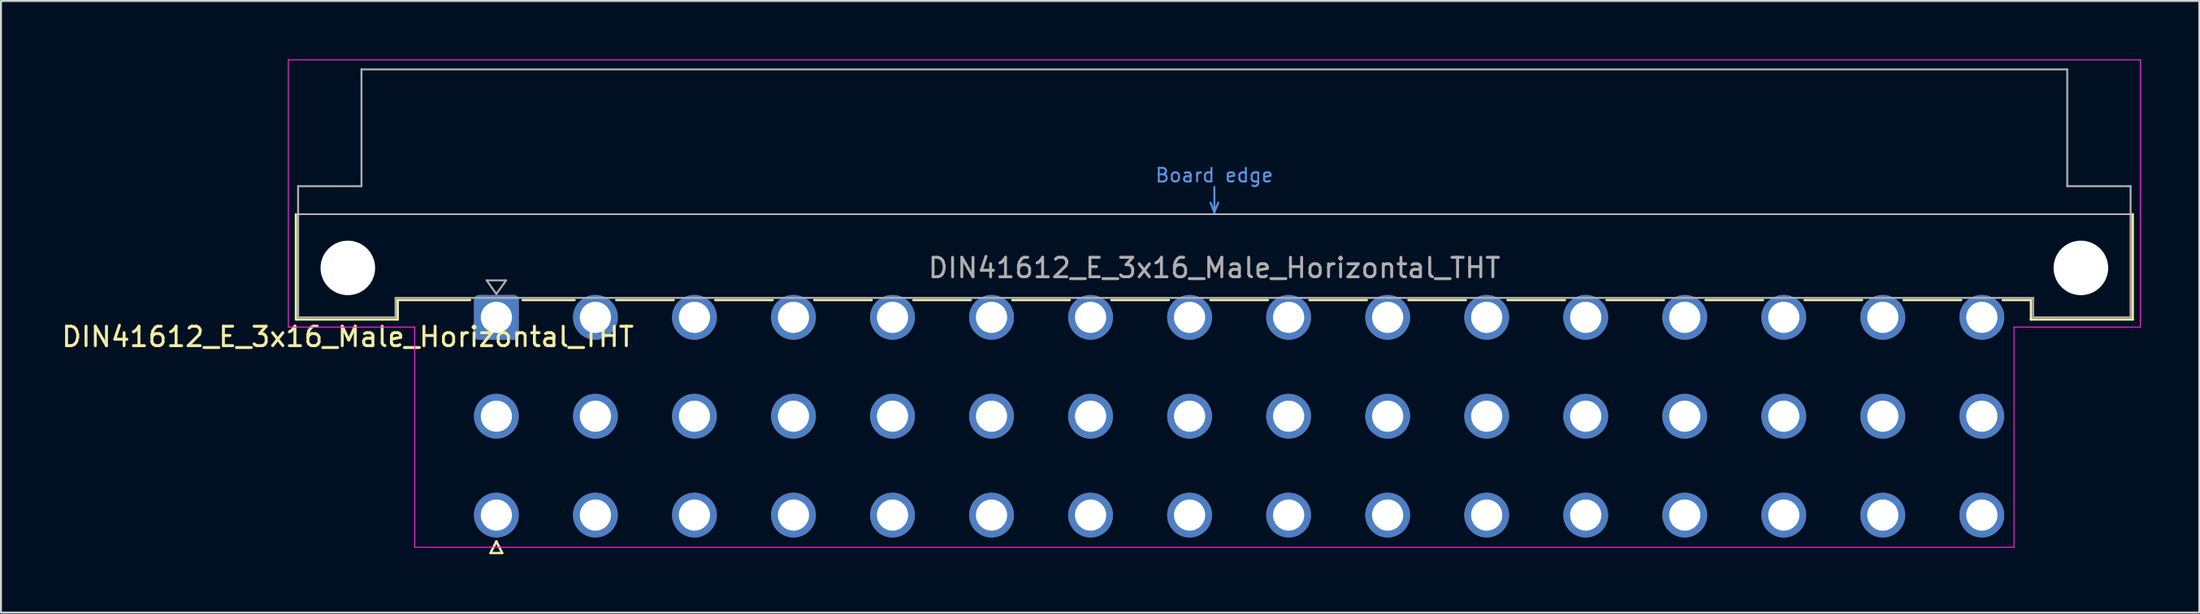
<source format=kicad_pcb>
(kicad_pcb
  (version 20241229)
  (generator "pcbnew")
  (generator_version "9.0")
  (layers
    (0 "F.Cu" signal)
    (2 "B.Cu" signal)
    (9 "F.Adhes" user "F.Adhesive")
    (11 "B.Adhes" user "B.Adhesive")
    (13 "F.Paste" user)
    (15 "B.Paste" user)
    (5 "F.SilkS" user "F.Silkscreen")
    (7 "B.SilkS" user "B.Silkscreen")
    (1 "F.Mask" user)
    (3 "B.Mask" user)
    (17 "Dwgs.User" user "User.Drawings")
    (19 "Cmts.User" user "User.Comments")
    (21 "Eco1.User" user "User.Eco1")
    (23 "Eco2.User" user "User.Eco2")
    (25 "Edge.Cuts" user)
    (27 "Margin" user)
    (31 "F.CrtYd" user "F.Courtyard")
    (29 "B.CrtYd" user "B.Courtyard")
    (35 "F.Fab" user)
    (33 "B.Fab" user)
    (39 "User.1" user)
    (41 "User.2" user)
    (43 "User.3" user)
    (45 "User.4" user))
  (footprint "DIN41612_E_3x16_Male_Horizontal_THT"
    (layer "F.Cu")
    (at 19.872 13.255)
    (property "Reference" "DIN41612_E_3x16_Male_Horizontal_THT" (at -5.08 1 0) (layer "F.SilkS") (effects (font (size 1 1) (thickness 0.15))))
    (attr through_hole)
    (fp_line (start -7.74 -5.3) (end -7.74 0.11) (stroke (width 0.12) (type solid)) (layer "F.SilkS"))
    (fp_line (start -7.74 0.11) (end -2.52 0.11) (stroke (width 0.12) (type solid)) (layer "F.SilkS"))
    (fp_line (start -2.521 -0.89) (end 1.191 -0.89) (stroke (width 0.12) (type solid)) (layer "F.SilkS"))
    (fp_line (start -2.52 0.11) (end -2.52 -0.89) (stroke (width 0.12) (type solid)) (layer "F.SilkS"))
    (fp_line (start 2.24 12.11) (end 2.84 12.11) (stroke (width 0.12) (type solid)) (layer "F.SilkS"))
    (fp_line (start 2.54 11.51) (end 2.24 12.11) (stroke (width 0.12) (type solid)) (layer "F.SilkS"))
    (fp_line (start 2.84 12.11) (end 2.54 11.51) (stroke (width 0.12) (type solid)) (layer "F.SilkS"))
    (fp_line (start 3.89 -0.89) (end 6.552 -0.89) (stroke (width 0.12) (type solid)) (layer "F.SilkS"))
    (fp_line (start 8.689 -0.89) (end 11.632 -0.89) (stroke (width 0.12) (type solid)) (layer "F.SilkS"))
    (fp_line (start 13.769 -0.89) (end 16.712 -0.89) (stroke (width 0.12) (type solid)) (layer "F.SilkS"))
    (fp_line (start 18.849 -0.89) (end 21.792 -0.89) (stroke (width 0.12) (type solid)) (layer "F.SilkS"))
    (fp_line (start 23.929 -0.89) (end 26.872 -0.89) (stroke (width 0.12) (type solid)) (layer "F.SilkS"))
    (fp_line (start 29.009 -0.89) (end 31.952 -0.89) (stroke (width 0.12) (type solid)) (layer "F.SilkS"))
    (fp_line (start 34.089 -0.89) (end 37.032 -0.89) (stroke (width 0.12) (type solid)) (layer "F.SilkS"))
    (fp_line (start 39.169 -0.89) (end 42.112 -0.89) (stroke (width 0.12) (type solid)) (layer "F.SilkS"))
    (fp_line (start 44.249 -0.89) (end 47.192 -0.89) (stroke (width 0.12) (type solid)) (layer "F.SilkS"))
    (fp_line (start 49.329 -0.89) (end 52.272 -0.89) (stroke (width 0.12) (type solid)) (layer "F.SilkS"))
    (fp_line (start 54.409 -0.89) (end 57.352 -0.89) (stroke (width 0.12) (type solid)) (layer "F.SilkS"))
    (fp_line (start 59.489 -0.89) (end 62.432 -0.89) (stroke (width 0.12) (type solid)) (layer "F.SilkS"))
    (fp_line (start 64.569 -0.89) (end 67.512 -0.89) (stroke (width 0.12) (type solid)) (layer "F.SilkS"))
    (fp_line (start 69.649 -0.89) (end 72.592 -0.89) (stroke (width 0.12) (type solid)) (layer "F.SilkS"))
    (fp_line (start 74.729 -0.89) (end 77.672 -0.89) (stroke (width 0.12) (type solid)) (layer "F.SilkS"))
    (fp_line (start 79.809 -0.89) (end 81.26 -0.89) (stroke (width 0.12) (type solid)) (layer "F.SilkS"))
    (fp_line (start 81.26 0.11) (end 81.26 -0.89) (stroke (width 0.12) (type solid)) (layer "F.SilkS"))
    (fp_line (start 86.48 -5.3) (end 86.48 0.11) (stroke (width 0.12) (type solid)) (layer "F.SilkS"))
    (fp_line (start 86.48 0.11) (end 81.26 0.11) (stroke (width 0.12) (type solid)) (layer "F.SilkS"))
    (fp_line (start -7.63 -5.3) (end 86.37 -5.3) (stroke (width 0.08) (type solid)) (layer "Dwgs.User"))
    (fp_line (start 39.17 -5.9) (end 39.37 -5.4) (stroke (width 0.1) (type solid)) (layer "Cmts.User"))
    (fp_line (start 39.37 -5.4) (end 39.37 -6.7) (stroke (width 0.1) (type solid)) (layer "Cmts.User"))
    (fp_line (start 39.37 -5.4) (end 39.57 -5.9) (stroke (width 0.1) (type solid)) (layer "Cmts.User"))
    (fp_line (start -8.13 -13.23) (end -8.13 0.5) (stroke (width 0.05) (type solid)) (layer "F.CrtYd"))
    (fp_line (start -8.13 0.5) (end -1.65 0.5) (stroke (width 0.05) (type solid)) (layer "F.CrtYd"))
    (fp_line (start -1.65 0.5) (end -1.65 11.81) (stroke (width 0.05) (type solid)) (layer "F.CrtYd"))
    (fp_line (start -1.65 11.81) (end 80.39 11.81) (stroke (width 0.05) (type solid)) (layer "F.CrtYd"))
    (fp_line (start 80.39 0.5) (end 86.87 0.5) (stroke (width 0.05) (type solid)) (layer "F.CrtYd"))
    (fp_line (start 80.39 11.81) (end 80.39 0.5) (stroke (width 0.05) (type solid)) (layer "F.CrtYd"))
    (fp_line (start 86.87 -13.23) (end -8.13 -13.23) (stroke (width 0.05) (type solid)) (layer "F.CrtYd"))
    (fp_line (start 86.87 0.5) (end 86.87 -13.23) (stroke (width 0.05) (type solid)) (layer "F.CrtYd"))
    (fp_line (start -7.63 -6.74) (end -7.63 0) (stroke (width 0.1) (type solid)) (layer "F.Fab"))
    (fp_line (start -7.63 0) (end -2.63 0) (stroke (width 0.1) (type solid)) (layer "F.Fab"))
    (fp_line (start -4.38 -12.74) (end -4.38 -6.74) (stroke (width 0.1) (type solid)) (layer "F.Fab"))
    (fp_line (start -4.38 -6.74) (end -7.63 -6.74) (stroke (width 0.1) (type solid)) (layer "F.Fab"))
    (fp_line (start -2.63 -1) (end 81.37 -1) (stroke (width 0.1) (type solid)) (layer "F.Fab"))
    (fp_line (start -2.63 0) (end -2.63 -1) (stroke (width 0.1) (type solid)) (layer "F.Fab"))
    (fp_line (start 2.04 -1.9) (end 3.04 -1.9) (stroke (width 0.1) (type solid)) (layer "F.Fab"))
    (fp_line (start 2.54 -1.2) (end 2.04 -1.9) (stroke (width 0.1) (type solid)) (layer "F.Fab"))
    (fp_line (start 3.04 -1.9) (end 2.54 -1.2) (stroke (width 0.1) (type solid)) (layer "F.Fab"))
    (fp_line (start 81.37 -1) (end 81.37 0) (stroke (width 0.1) (type solid)) (layer "F.Fab"))
    (fp_line (start 81.37 0) (end 86.37 0) (stroke (width 0.1) (type solid)) (layer "F.Fab"))
    (fp_line (start 83.12 -12.74) (end -4.38 -12.74) (stroke (width 0.1) (type solid)) (layer "F.Fab"))
    (fp_line (start 83.12 -6.74) (end 83.12 -12.74) (stroke (width 0.1) (type solid)) (layer "F.Fab"))
    (fp_line (start 86.37 -6.74) (end 83.12 -6.74) (stroke (width 0.1) (type solid)) (layer "F.Fab"))
    (fp_line (start 86.37 0) (end 86.37 -6.74) (stroke (width 0.1) (type solid)) (layer "F.Fab"))
    (fp_text user "Board edge" (at 39.37 -7.3 0) (layer "Cmts.User") (effects (font (size 0.7 0.7) (thickness 0.1))))
    (fp_text user "${REFERENCE}" (at 39.37 -2.54 0) (layer "F.Fab") (effects (font (size 1 1) (thickness 0.15))))
    (pad "" np_thru_hole circle (at -5.08 -2.54) (size 2.8 2.8) (drill 2.8) (layers "*.Cu" "*.Mask"))
    (pad "" np_thru_hole circle (at 83.82 -2.54) (size 2.8 2.8) (drill 2.8) (layers "*.Cu" "*.Mask"))
    (pad "a0" thru_hole roundrect (at 2.54 0) (size 2.3 2.3) (drill 1.6) (layers "*.Cu" "*.Mask") (roundrect_rratio 0.109))
    (pad "a1" thru_hole circle (at 7.62 0) (size 2.3 2.3) (drill 1.6) (layers "*.Cu" "*.Mask"))
    (pad "a2" thru_hole circle (at 12.7 0) (size 2.3 2.3) (drill 1.6) (layers "*.Cu" "*.Mask"))
    (pad "a3" thru_hole circle (at 17.78 0) (size 2.3 2.3) (drill 1.6) (layers "*.Cu" "*.Mask"))
    (pad "a4" thru_hole circle (at 22.86 0) (size 2.3 2.3) (drill 1.6) (layers "*.Cu" "*.Mask"))
    (pad "a5" thru_hole circle (at 27.94 0) (size 2.3 2.3) (drill 1.6) (layers "*.Cu" "*.Mask"))
    (pad "a6" thru_hole circle (at 33.02 0) (size 2.3 2.3) (drill 1.6) (layers "*.Cu" "*.Mask"))
    (pad "a7" thru_hole circle (at 38.1 0) (size 2.3 2.3) (drill 1.6) (layers "*.Cu" "*.Mask"))
    (pad "a8" thru_hole circle (at 43.18 0) (size 2.3 2.3) (drill 1.6) (layers "*.Cu" "*.Mask"))
    (pad "a9" thru_hole circle (at 48.26 0) (size 2.3 2.3) (drill 1.6) (layers "*.Cu" "*.Mask"))
    (pad "a10" thru_hole circle (at 53.34 0) (size 2.3 2.3) (drill 1.6) (layers "*.Cu" "*.Mask"))
    (pad "a11" thru_hole circle (at 58.42 0) (size 2.3 2.3) (drill 1.6) (layers "*.Cu" "*.Mask"))
    (pad "a12" thru_hole circle (at 63.5 0) (size 2.3 2.3) (drill 1.6) (layers "*.Cu" "*.Mask"))
    (pad "a13" thru_hole circle (at 68.58 0) (size 2.3 2.3) (drill 1.6) (layers "*.Cu" "*.Mask"))
    (pad "a14" thru_hole circle (at 73.66 0) (size 2.3 2.3) (drill 1.6) (layers "*.Cu" "*.Mask"))
    (pad "a15" thru_hole circle (at 78.74 0) (size 2.3 2.3) (drill 1.6) (layers "*.Cu" "*.Mask"))
    (pad "c0" thru_hole circle (at 2.54 5.08) (size 2.3 2.3) (drill 1.6) (layers "*.Cu" "*.Mask"))
    (pad "c1" thru_hole circle (at 7.62 5.08) (size 2.3 2.3) (drill 1.6) (layers "*.Cu" "*.Mask"))
    (pad "c2" thru_hole circle (at 12.7 5.08) (size 2.3 2.3) (drill 1.6) (layers "*.Cu" "*.Mask"))
    (pad "c3" thru_hole circle (at 17.78 5.08) (size 2.3 2.3) (drill 1.6) (layers "*.Cu" "*.Mask"))
    (pad "c4" thru_hole circle (at 22.86 5.08) (size 2.3 2.3) (drill 1.6) (layers "*.Cu" "*.Mask"))
    (pad "c5" thru_hole circle (at 27.94 5.08) (size 2.3 2.3) (drill 1.6) (layers "*.Cu" "*.Mask"))
    (pad "c6" thru_hole circle (at 33.02 5.08) (size 2.3 2.3) (drill 1.6) (layers "*.Cu" "*.Mask"))
    (pad "c7" thru_hole circle (at 38.1 5.08) (size 2.3 2.3) (drill 1.6) (layers "*.Cu" "*.Mask"))
    (pad "c8" thru_hole circle (at 43.18 5.08) (size 2.3 2.3) (drill 1.6) (layers "*.Cu" "*.Mask"))
    (pad "c9" thru_hole circle (at 48.26 5.08) (size 2.3 2.3) (drill 1.6) (layers "*.Cu" "*.Mask"))
    (pad "c10" thru_hole circle (at 53.34 5.08) (size 2.3 2.3) (drill 1.6) (layers "*.Cu" "*.Mask"))
    (pad "c11" thru_hole circle (at 58.42 5.08) (size 2.3 2.3) (drill 1.6) (layers "*.Cu" "*.Mask"))
    (pad "c12" thru_hole circle (at 63.5 5.08) (size 2.3 2.3) (drill 1.6) (layers "*.Cu" "*.Mask"))
    (pad "c13" thru_hole circle (at 68.58 5.08) (size 2.3 2.3) (drill 1.6) (layers "*.Cu" "*.Mask"))
    (pad "c14" thru_hole circle (at 73.66 5.08) (size 2.3 2.3) (drill 1.6) (layers "*.Cu" "*.Mask"))
    (pad "c15" thru_hole circle (at 78.74 5.08) (size 2.3 2.3) (drill 1.6) (layers "*.Cu" "*.Mask"))
    (pad "e0" thru_hole circle (at 2.54 10.16) (size 2.3 2.3) (drill 1.6) (layers "*.Cu" "*.Mask"))
    (pad "e1" thru_hole circle (at 7.62 10.16) (size 2.3 2.3) (drill 1.6) (layers "*.Cu" "*.Mask"))
    (pad "e2" thru_hole circle (at 12.7 10.16) (size 2.3 2.3) (drill 1.6) (layers "*.Cu" "*.Mask"))
    (pad "e3" thru_hole circle (at 17.78 10.16) (size 2.3 2.3) (drill 1.6) (layers "*.Cu" "*.Mask"))
    (pad "e4" thru_hole circle (at 22.86 10.16) (size 2.3 2.3) (drill 1.6) (layers "*.Cu" "*.Mask"))
    (pad "e5" thru_hole circle (at 27.94 10.16) (size 2.3 2.3) (drill 1.6) (layers "*.Cu" "*.Mask"))
    (pad "e6" thru_hole circle (at 33.02 10.16) (size 2.3 2.3) (drill 1.6) (layers "*.Cu" "*.Mask"))
    (pad "e7" thru_hole circle (at 38.1 10.16) (size 2.3 2.3) (drill 1.6) (layers "*.Cu" "*.Mask"))
    (pad "e8" thru_hole circle (at 43.18 10.16) (size 2.3 2.3) (drill 1.6) (layers "*.Cu" "*.Mask"))
    (pad "e9" thru_hole circle (at 48.26 10.16) (size 2.3 2.3) (drill 1.6) (layers "*.Cu" "*.Mask"))
    (pad "e10" thru_hole circle (at 53.34 10.16) (size 2.3 2.3) (drill 1.6) (layers "*.Cu" "*.Mask"))
    (pad "e11" thru_hole circle (at 58.42 10.16) (size 2.3 2.3) (drill 1.6) (layers "*.Cu" "*.Mask"))
    (pad "e12" thru_hole circle (at 63.5 10.16) (size 2.3 2.3) (drill 1.6) (layers "*.Cu" "*.Mask"))
    (pad "e13" thru_hole circle (at 68.58 10.16) (size 2.3 2.3) (drill 1.6) (layers "*.Cu" "*.Mask"))
    (pad "e14" thru_hole circle (at 73.66 10.16) (size 2.3 2.3) (drill 1.6) (layers "*.Cu" "*.Mask"))
    (pad "e15" thru_hole circle (at 78.74 10.16) (size 2.3 2.3) (drill 1.6) (layers "*.Cu" "*.Mask")))
  (gr_rect
    (start -3 -3)
    (end 109.767 28.425)
    (stroke (width 0.1) (type default))
    (fill no)
    (layer "Edge.Cuts")))
</source>
